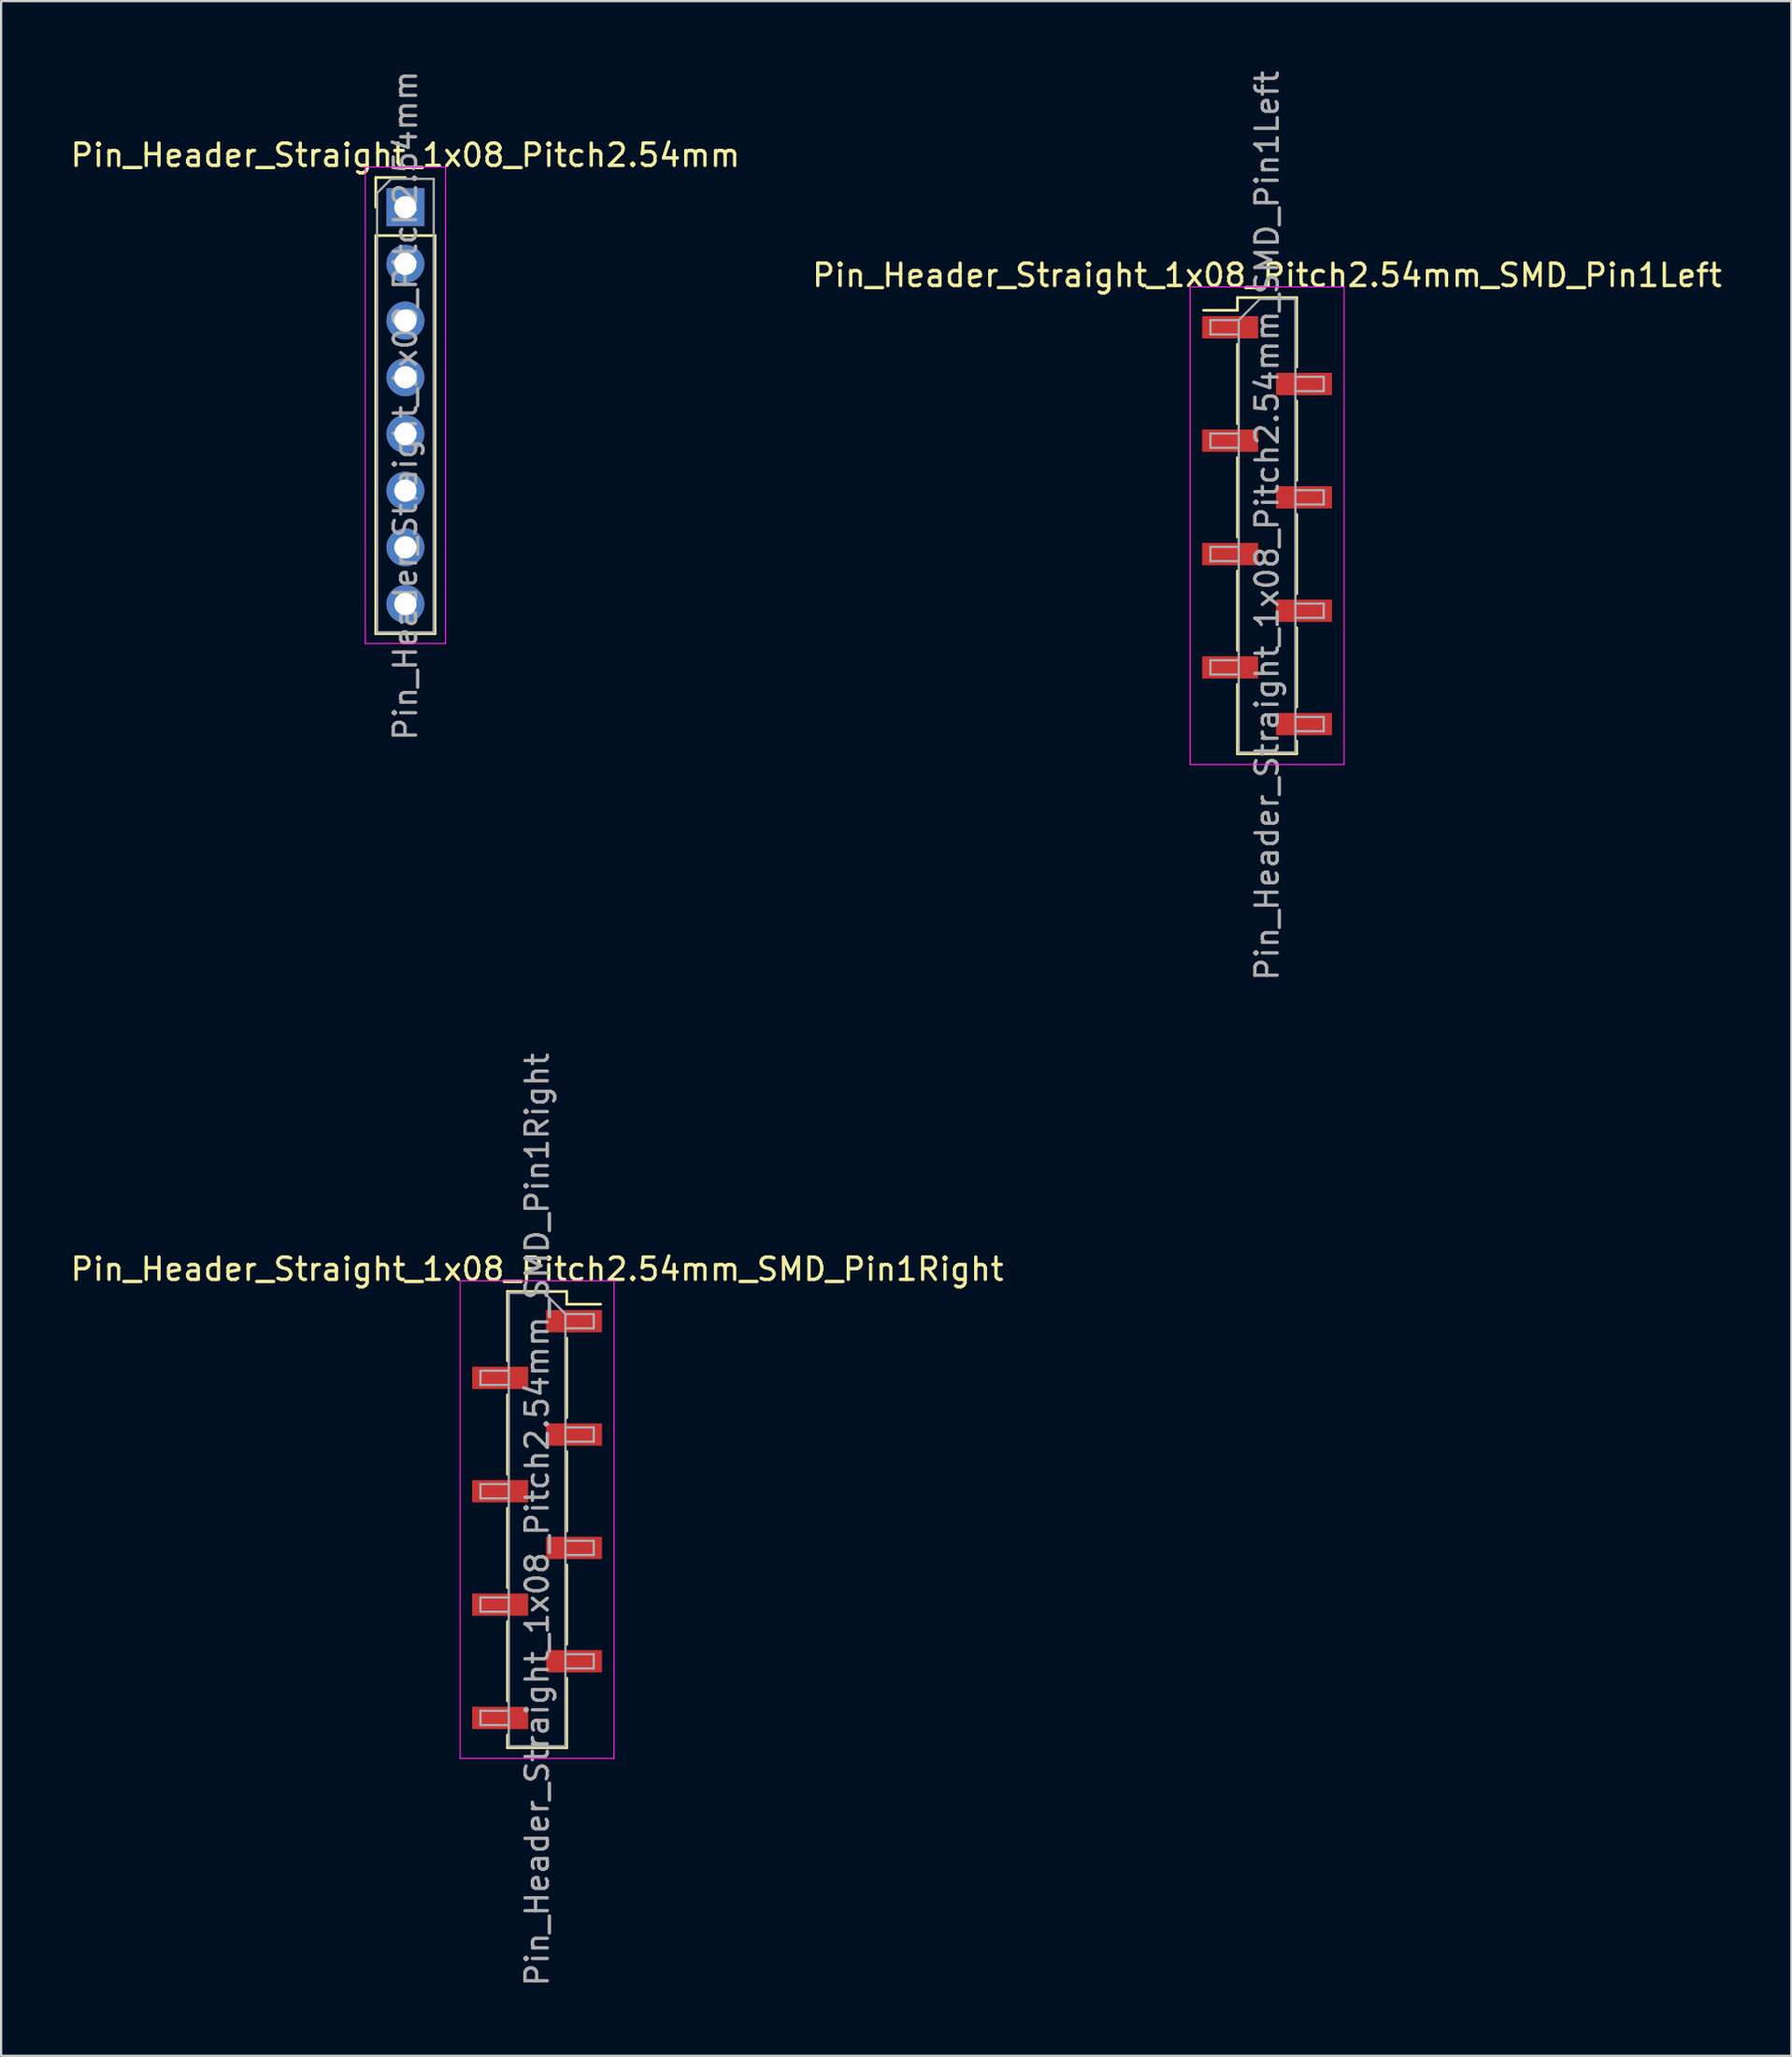
<source format=kicad_pcb>
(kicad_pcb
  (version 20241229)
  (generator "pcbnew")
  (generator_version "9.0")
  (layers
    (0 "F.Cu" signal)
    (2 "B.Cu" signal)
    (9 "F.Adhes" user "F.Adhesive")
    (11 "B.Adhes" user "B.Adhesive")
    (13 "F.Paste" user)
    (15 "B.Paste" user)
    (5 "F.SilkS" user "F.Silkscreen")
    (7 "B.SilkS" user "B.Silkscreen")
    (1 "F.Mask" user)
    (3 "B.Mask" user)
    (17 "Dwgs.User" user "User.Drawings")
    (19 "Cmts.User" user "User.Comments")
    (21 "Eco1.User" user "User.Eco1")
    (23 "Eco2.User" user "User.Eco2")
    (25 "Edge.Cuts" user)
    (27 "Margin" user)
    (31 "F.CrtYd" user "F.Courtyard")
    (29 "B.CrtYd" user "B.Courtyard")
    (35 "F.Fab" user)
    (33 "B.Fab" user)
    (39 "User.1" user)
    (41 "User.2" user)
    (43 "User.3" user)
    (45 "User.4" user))
  (footprint "Pin_Header_Straight_1x08_Pitch2.54mm"
    (layer "F.Cu")
    (at 15.125 6.235)
    (property "Reference" "Pin_Header_Straight_1x08_Pitch2.54mm" (at 0 -2.33 0) (layer "F.SilkS") (effects (font (size 1 1) (thickness 0.15))))
    (attr through_hole)
    (fp_line (start -1.33 -1.33) (end 0 -1.33) (stroke (width 0.12) (type solid)) (layer "F.SilkS"))
    (fp_line (start -1.33 0) (end -1.33 -1.33) (stroke (width 0.12) (type solid)) (layer "F.SilkS"))
    (fp_line (start -1.33 1.27) (end -1.33 19.11) (stroke (width 0.12) (type solid)) (layer "F.SilkS"))
    (fp_line (start -1.33 1.27) (end 1.33 1.27) (stroke (width 0.12) (type solid)) (layer "F.SilkS"))
    (fp_line (start -1.33 19.11) (end 1.33 19.11) (stroke (width 0.12) (type solid)) (layer "F.SilkS"))
    (fp_line (start 1.33 1.27) (end 1.33 19.11) (stroke (width 0.12) (type solid)) (layer "F.SilkS"))
    (fp_line (start -1.8 -1.8) (end -1.8 19.55) (stroke (width 0.05) (type solid)) (layer "F.CrtYd"))
    (fp_line (start -1.8 19.55) (end 1.8 19.55) (stroke (width 0.05) (type solid)) (layer "F.CrtYd"))
    (fp_line (start 1.8 -1.8) (end -1.8 -1.8) (stroke (width 0.05) (type solid)) (layer "F.CrtYd"))
    (fp_line (start 1.8 19.55) (end 1.8 -1.8) (stroke (width 0.05) (type solid)) (layer "F.CrtYd"))
    (fp_line (start -1.27 -0.635) (end -0.635 -1.27) (stroke (width 0.1) (type solid)) (layer "F.Fab"))
    (fp_line (start -1.27 19.05) (end -1.27 -0.635) (stroke (width 0.1) (type solid)) (layer "F.Fab"))
    (fp_line (start -0.635 -1.27) (end 1.27 -1.27) (stroke (width 0.1) (type solid)) (layer "F.Fab"))
    (fp_line (start 1.27 -1.27) (end 1.27 19.05) (stroke (width 0.1) (type solid)) (layer "F.Fab"))
    (fp_line (start 1.27 19.05) (end -1.27 19.05) (stroke (width 0.1) (type solid)) (layer "F.Fab"))
    (fp_text user "${REFERENCE}" (at 0 8.89 90) (layer "F.Fab") (effects (font (size 1 1) (thickness 0.15))))
    (pad "1" thru_hole rect (at 0 0) (size 1.7 1.7) (drill 1) (layers "*.Cu" "*.Mask"))
    (pad "2" thru_hole oval (at 0 2.54) (size 1.7 1.7) (drill 1) (layers "*.Cu" "*.Mask"))
    (pad "3" thru_hole oval (at 0 5.08) (size 1.7 1.7) (drill 1) (layers "*.Cu" "*.Mask"))
    (pad "4" thru_hole oval (at 0 7.62) (size 1.7 1.7) (drill 1) (layers "*.Cu" "*.Mask"))
    (pad "5" thru_hole oval (at 0 10.16) (size 1.7 1.7) (drill 1) (layers "*.Cu" "*.Mask"))
    (pad "6" thru_hole oval (at 0 12.7) (size 1.7 1.7) (drill 1) (layers "*.Cu" "*.Mask"))
    (pad "7" thru_hole oval (at 0 15.24) (size 1.7 1.7) (drill 1) (layers "*.Cu" "*.Mask"))
    (pad "8" thru_hole oval (at 0 17.78) (size 1.7 1.7) (drill 1) (layers "*.Cu" "*.Mask")))
  (footprint "Pin_Header_Straight_1x08_Pitch2.54mm_SMD_Pin1Left"
    (layer "F.Cu")
    (at 53.756 20.506)
    (property "Reference" "Pin_Header_Straight_1x08_Pitch2.54mm_SMD_Pin1Left" (at 0 -11.22 0) (layer "F.SilkS") (effects (font (size 1 1) (thickness 0.15))))
    (attr smd)
    (fp_line (start -1.33 -10.22) (end -1.33 -9.65) (stroke (width 0.12) (type solid)) (layer "F.SilkS"))
    (fp_line (start -1.33 -10.22) (end 1.33 -10.22) (stroke (width 0.12) (type solid)) (layer "F.SilkS"))
    (fp_line (start -1.33 -9.65) (end -2.85 -9.65) (stroke (width 0.12) (type solid)) (layer "F.SilkS"))
    (fp_line (start -1.33 -8.13) (end -1.33 -4.57) (stroke (width 0.12) (type solid)) (layer "F.SilkS"))
    (fp_line (start -1.33 -3.05) (end -1.33 0.51) (stroke (width 0.12) (type solid)) (layer "F.SilkS"))
    (fp_line (start -1.33 2.03) (end -1.33 5.59) (stroke (width 0.12) (type solid)) (layer "F.SilkS"))
    (fp_line (start -1.33 7.11) (end -1.33 10.22) (stroke (width 0.12) (type solid)) (layer "F.SilkS"))
    (fp_line (start -1.33 10.22) (end 1.33 10.22) (stroke (width 0.12) (type solid)) (layer "F.SilkS"))
    (fp_line (start 1.33 -10.22) (end 1.33 -7.11) (stroke (width 0.12) (type solid)) (layer "F.SilkS"))
    (fp_line (start 1.33 -5.59) (end 1.33 -2.03) (stroke (width 0.12) (type solid)) (layer "F.SilkS"))
    (fp_line (start 1.33 -0.51) (end 1.33 3.05) (stroke (width 0.12) (type solid)) (layer "F.SilkS"))
    (fp_line (start 1.33 4.57) (end 1.33 8.13) (stroke (width 0.12) (type solid)) (layer "F.SilkS"))
    (fp_line (start 1.33 9.65) (end 1.33 10.22) (stroke (width 0.12) (type solid)) (layer "F.SilkS"))
    (fp_line (start -3.45 -10.7) (end -3.45 10.7) (stroke (width 0.05) (type solid)) (layer "F.CrtYd"))
    (fp_line (start -3.45 10.7) (end 3.45 10.7) (stroke (width 0.05) (type solid)) (layer "F.CrtYd"))
    (fp_line (start 3.45 -10.7) (end -3.45 -10.7) (stroke (width 0.05) (type solid)) (layer "F.CrtYd"))
    (fp_line (start 3.45 10.7) (end 3.45 -10.7) (stroke (width 0.05) (type solid)) (layer "F.CrtYd"))
    (fp_line (start -2.54 -9.21) (end -2.54 -8.57) (stroke (width 0.1) (type solid)) (layer "F.Fab"))
    (fp_line (start -2.54 -8.57) (end -1.27 -8.57) (stroke (width 0.1) (type solid)) (layer "F.Fab"))
    (fp_line (start -2.54 -4.13) (end -2.54 -3.49) (stroke (width 0.1) (type solid)) (layer "F.Fab"))
    (fp_line (start -2.54 -3.49) (end -1.27 -3.49) (stroke (width 0.1) (type solid)) (layer "F.Fab"))
    (fp_line (start -2.54 0.95) (end -2.54 1.59) (stroke (width 0.1) (type solid)) (layer "F.Fab"))
    (fp_line (start -2.54 1.59) (end -1.27 1.59) (stroke (width 0.1) (type solid)) (layer "F.Fab"))
    (fp_line (start -2.54 6.03) (end -2.54 6.67) (stroke (width 0.1) (type solid)) (layer "F.Fab"))
    (fp_line (start -2.54 6.67) (end -1.27 6.67) (stroke (width 0.1) (type solid)) (layer "F.Fab"))
    (fp_line (start -1.27 -9.21) (end -2.54 -9.21) (stroke (width 0.1) (type solid)) (layer "F.Fab"))
    (fp_line (start -1.27 -9.21) (end -0.32 -10.16) (stroke (width 0.1) (type solid)) (layer "F.Fab"))
    (fp_line (start -1.27 -4.13) (end -2.54 -4.13) (stroke (width 0.1) (type solid)) (layer "F.Fab"))
    (fp_line (start -1.27 0.95) (end -2.54 0.95) (stroke (width 0.1) (type solid)) (layer "F.Fab"))
    (fp_line (start -1.27 6.03) (end -2.54 6.03) (stroke (width 0.1) (type solid)) (layer "F.Fab"))
    (fp_line (start -1.27 10.16) (end -1.27 -9.21) (stroke (width 0.1) (type solid)) (layer "F.Fab"))
    (fp_line (start -0.32 -10.16) (end 1.27 -10.16) (stroke (width 0.1) (type solid)) (layer "F.Fab"))
    (fp_line (start 1.27 -10.16) (end 1.27 10.16) (stroke (width 0.1) (type solid)) (layer "F.Fab"))
    (fp_line (start 1.27 -6.67) (end 2.54 -6.67) (stroke (width 0.1) (type solid)) (layer "F.Fab"))
    (fp_line (start 1.27 -1.59) (end 2.54 -1.59) (stroke (width 0.1) (type solid)) (layer "F.Fab"))
    (fp_line (start 1.27 3.49) (end 2.54 3.49) (stroke (width 0.1) (type solid)) (layer "F.Fab"))
    (fp_line (start 1.27 8.57) (end 2.54 8.57) (stroke (width 0.1) (type solid)) (layer "F.Fab"))
    (fp_line (start 1.27 10.16) (end -1.27 10.16) (stroke (width 0.1) (type solid)) (layer "F.Fab"))
    (fp_line (start 2.54 -6.67) (end 2.54 -6.03) (stroke (width 0.1) (type solid)) (layer "F.Fab"))
    (fp_line (start 2.54 -6.03) (end 1.27 -6.03) (stroke (width 0.1) (type solid)) (layer "F.Fab"))
    (fp_line (start 2.54 -1.59) (end 2.54 -0.95) (stroke (width 0.1) (type solid)) (layer "F.Fab"))
    (fp_line (start 2.54 -0.95) (end 1.27 -0.95) (stroke (width 0.1) (type solid)) (layer "F.Fab"))
    (fp_line (start 2.54 3.49) (end 2.54 4.13) (stroke (width 0.1) (type solid)) (layer "F.Fab"))
    (fp_line (start 2.54 4.13) (end 1.27 4.13) (stroke (width 0.1) (type solid)) (layer "F.Fab"))
    (fp_line (start 2.54 8.57) (end 2.54 9.21) (stroke (width 0.1) (type solid)) (layer "F.Fab"))
    (fp_line (start 2.54 9.21) (end 1.27 9.21) (stroke (width 0.1) (type solid)) (layer "F.Fab"))
    (fp_text user "${REFERENCE}" (at 0 0 90) (layer "F.Fab") (effects (font (size 1 1) (thickness 0.15))))
    (pad "1" smd rect (at -1.655 -8.89) (size 2.51 1) (layers "F.Cu" "F.Mask" "F.Paste"))
    (pad "2" smd rect (at 1.655 -6.35) (size 2.51 1) (layers "F.Cu" "F.Mask" "F.Paste"))
    (pad "3" smd rect (at -1.655 -3.81) (size 2.51 1) (layers "F.Cu" "F.Mask" "F.Paste"))
    (pad "4" smd rect (at 1.655 -1.27) (size 2.51 1) (layers "F.Cu" "F.Mask" "F.Paste"))
    (pad "5" smd rect (at -1.655 1.27) (size 2.51 1) (layers "F.Cu" "F.Mask" "F.Paste"))
    (pad "6" smd rect (at 1.655 3.81) (size 2.51 1) (layers "F.Cu" "F.Mask" "F.Paste"))
    (pad "7" smd rect (at -1.655 6.35) (size 2.51 1) (layers "F.Cu" "F.Mask" "F.Paste"))
    (pad "8" smd rect (at 1.655 8.89) (size 2.51 1) (layers "F.Cu" "F.Mask" "F.Paste")))
  (footprint "Pin_Header_Straight_1x08_Pitch2.54mm_SMD_Pin1Right"
    (layer "F.Cu")
    (at 21.03 65.042)
    (property "Reference" "Pin_Header_Straight_1x08_Pitch2.54mm_SMD_Pin1Right" (at 0 -11.22 0) (layer "F.SilkS") (effects (font (size 1 1) (thickness 0.15))))
    (attr smd)
    (fp_line (start -1.33 -10.22) (end -1.33 -7.11) (stroke (width 0.12) (type solid)) (layer "F.SilkS"))
    (fp_line (start -1.33 -10.22) (end 1.33 -10.22) (stroke (width 0.12) (type solid)) (layer "F.SilkS"))
    (fp_line (start -1.33 -5.59) (end -1.33 -2.03) (stroke (width 0.12) (type solid)) (layer "F.SilkS"))
    (fp_line (start -1.33 -0.51) (end -1.33 3.05) (stroke (width 0.12) (type solid)) (layer "F.SilkS"))
    (fp_line (start -1.33 4.57) (end -1.33 8.13) (stroke (width 0.12) (type solid)) (layer "F.SilkS"))
    (fp_line (start -1.33 9.65) (end -1.33 10.22) (stroke (width 0.12) (type solid)) (layer "F.SilkS"))
    (fp_line (start -1.33 10.22) (end 1.33 10.22) (stroke (width 0.12) (type solid)) (layer "F.SilkS"))
    (fp_line (start 1.33 -10.22) (end 1.33 -9.65) (stroke (width 0.12) (type solid)) (layer "F.SilkS"))
    (fp_line (start 1.33 -9.65) (end 2.85 -9.65) (stroke (width 0.12) (type solid)) (layer "F.SilkS"))
    (fp_line (start 1.33 -8.13) (end 1.33 -4.57) (stroke (width 0.12) (type solid)) (layer "F.SilkS"))
    (fp_line (start 1.33 -3.05) (end 1.33 0.51) (stroke (width 0.12) (type solid)) (layer "F.SilkS"))
    (fp_line (start 1.33 2.03) (end 1.33 5.59) (stroke (width 0.12) (type solid)) (layer "F.SilkS"))
    (fp_line (start 1.33 7.11) (end 1.33 10.22) (stroke (width 0.12) (type solid)) (layer "F.SilkS"))
    (fp_line (start -3.45 -10.7) (end -3.45 10.7) (stroke (width 0.05) (type solid)) (layer "F.CrtYd"))
    (fp_line (start -3.45 10.7) (end 3.45 10.7) (stroke (width 0.05) (type solid)) (layer "F.CrtYd"))
    (fp_line (start 3.45 -10.7) (end -3.45 -10.7) (stroke (width 0.05) (type solid)) (layer "F.CrtYd"))
    (fp_line (start 3.45 10.7) (end 3.45 -10.7) (stroke (width 0.05) (type solid)) (layer "F.CrtYd"))
    (fp_line (start -2.54 -6.67) (end -2.54 -6.03) (stroke (width 0.1) (type solid)) (layer "F.Fab"))
    (fp_line (start -2.54 -6.03) (end -1.27 -6.03) (stroke (width 0.1) (type solid)) (layer "F.Fab"))
    (fp_line (start -2.54 -1.59) (end -2.54 -0.95) (stroke (width 0.1) (type solid)) (layer "F.Fab"))
    (fp_line (start -2.54 -0.95) (end -1.27 -0.95) (stroke (width 0.1) (type solid)) (layer "F.Fab"))
    (fp_line (start -2.54 3.49) (end -2.54 4.13) (stroke (width 0.1) (type solid)) (layer "F.Fab"))
    (fp_line (start -2.54 4.13) (end -1.27 4.13) (stroke (width 0.1) (type solid)) (layer "F.Fab"))
    (fp_line (start -2.54 8.57) (end -2.54 9.21) (stroke (width 0.1) (type solid)) (layer "F.Fab"))
    (fp_line (start -2.54 9.21) (end -1.27 9.21) (stroke (width 0.1) (type solid)) (layer "F.Fab"))
    (fp_line (start -1.27 -10.16) (end -1.27 10.16) (stroke (width 0.1) (type solid)) (layer "F.Fab"))
    (fp_line (start -1.27 -10.16) (end 0.32 -10.16) (stroke (width 0.1) (type solid)) (layer "F.Fab"))
    (fp_line (start -1.27 -6.67) (end -2.54 -6.67) (stroke (width 0.1) (type solid)) (layer "F.Fab"))
    (fp_line (start -1.27 -1.59) (end -2.54 -1.59) (stroke (width 0.1) (type solid)) (layer "F.Fab"))
    (fp_line (start -1.27 3.49) (end -2.54 3.49) (stroke (width 0.1) (type solid)) (layer "F.Fab"))
    (fp_line (start -1.27 8.57) (end -2.54 8.57) (stroke (width 0.1) (type solid)) (layer "F.Fab"))
    (fp_line (start 1.27 -9.21) (end 0.32 -10.16) (stroke (width 0.1) (type solid)) (layer "F.Fab"))
    (fp_line (start 1.27 -9.21) (end 2.54 -9.21) (stroke (width 0.1) (type solid)) (layer "F.Fab"))
    (fp_line (start 1.27 -4.13) (end 2.54 -4.13) (stroke (width 0.1) (type solid)) (layer "F.Fab"))
    (fp_line (start 1.27 0.95) (end 2.54 0.95) (stroke (width 0.1) (type solid)) (layer "F.Fab"))
    (fp_line (start 1.27 6.03) (end 2.54 6.03) (stroke (width 0.1) (type solid)) (layer "F.Fab"))
    (fp_line (start 1.27 10.16) (end -1.27 10.16) (stroke (width 0.1) (type solid)) (layer "F.Fab"))
    (fp_line (start 1.27 10.16) (end 1.27 -9.21) (stroke (width 0.1) (type solid)) (layer "F.Fab"))
    (fp_line (start 2.54 -9.21) (end 2.54 -8.57) (stroke (width 0.1) (type solid)) (layer "F.Fab"))
    (fp_line (start 2.54 -8.57) (end 1.27 -8.57) (stroke (width 0.1) (type solid)) (layer "F.Fab"))
    (fp_line (start 2.54 -4.13) (end 2.54 -3.49) (stroke (width 0.1) (type solid)) (layer "F.Fab"))
    (fp_line (start 2.54 -3.49) (end 1.27 -3.49) (stroke (width 0.1) (type solid)) (layer "F.Fab"))
    (fp_line (start 2.54 0.95) (end 2.54 1.59) (stroke (width 0.1) (type solid)) (layer "F.Fab"))
    (fp_line (start 2.54 1.59) (end 1.27 1.59) (stroke (width 0.1) (type solid)) (layer "F.Fab"))
    (fp_line (start 2.54 6.03) (end 2.54 6.67) (stroke (width 0.1) (type solid)) (layer "F.Fab"))
    (fp_line (start 2.54 6.67) (end 1.27 6.67) (stroke (width 0.1) (type solid)) (layer "F.Fab"))
    (fp_text user "${REFERENCE}" (at 0 0 90) (layer "F.Fab") (effects (font (size 1 1) (thickness 0.15))))
    (pad "1" smd rect (at 1.655 -8.89) (size 2.51 1) (layers "F.Cu" "F.Mask" "F.Paste"))
    (pad "2" smd rect (at -1.655 -6.35) (size 2.51 1) (layers "F.Cu" "F.Mask" "F.Paste"))
    (pad "3" smd rect (at 1.655 -3.81) (size 2.51 1) (layers "F.Cu" "F.Mask" "F.Paste"))
    (pad "4" smd rect (at -1.655 -1.27) (size 2.51 1) (layers "F.Cu" "F.Mask" "F.Paste"))
    (pad "5" smd rect (at 1.655 1.27) (size 2.51 1) (layers "F.Cu" "F.Mask" "F.Paste"))
    (pad "6" smd rect (at -1.655 3.81) (size 2.51 1) (layers "F.Cu" "F.Mask" "F.Paste"))
    (pad "7" smd rect (at 1.655 6.35) (size 2.51 1) (layers "F.Cu" "F.Mask" "F.Paste"))
    (pad "8" smd rect (at -1.655 8.89) (size 2.51 1) (layers "F.Cu" "F.Mask" "F.Paste")))
  (gr_rect
    (start -3 -3)
    (end 77.262 89.071)
    (stroke (width 0.1) (type default))
    (fill no)
    (layer "Edge.Cuts")))
</source>
